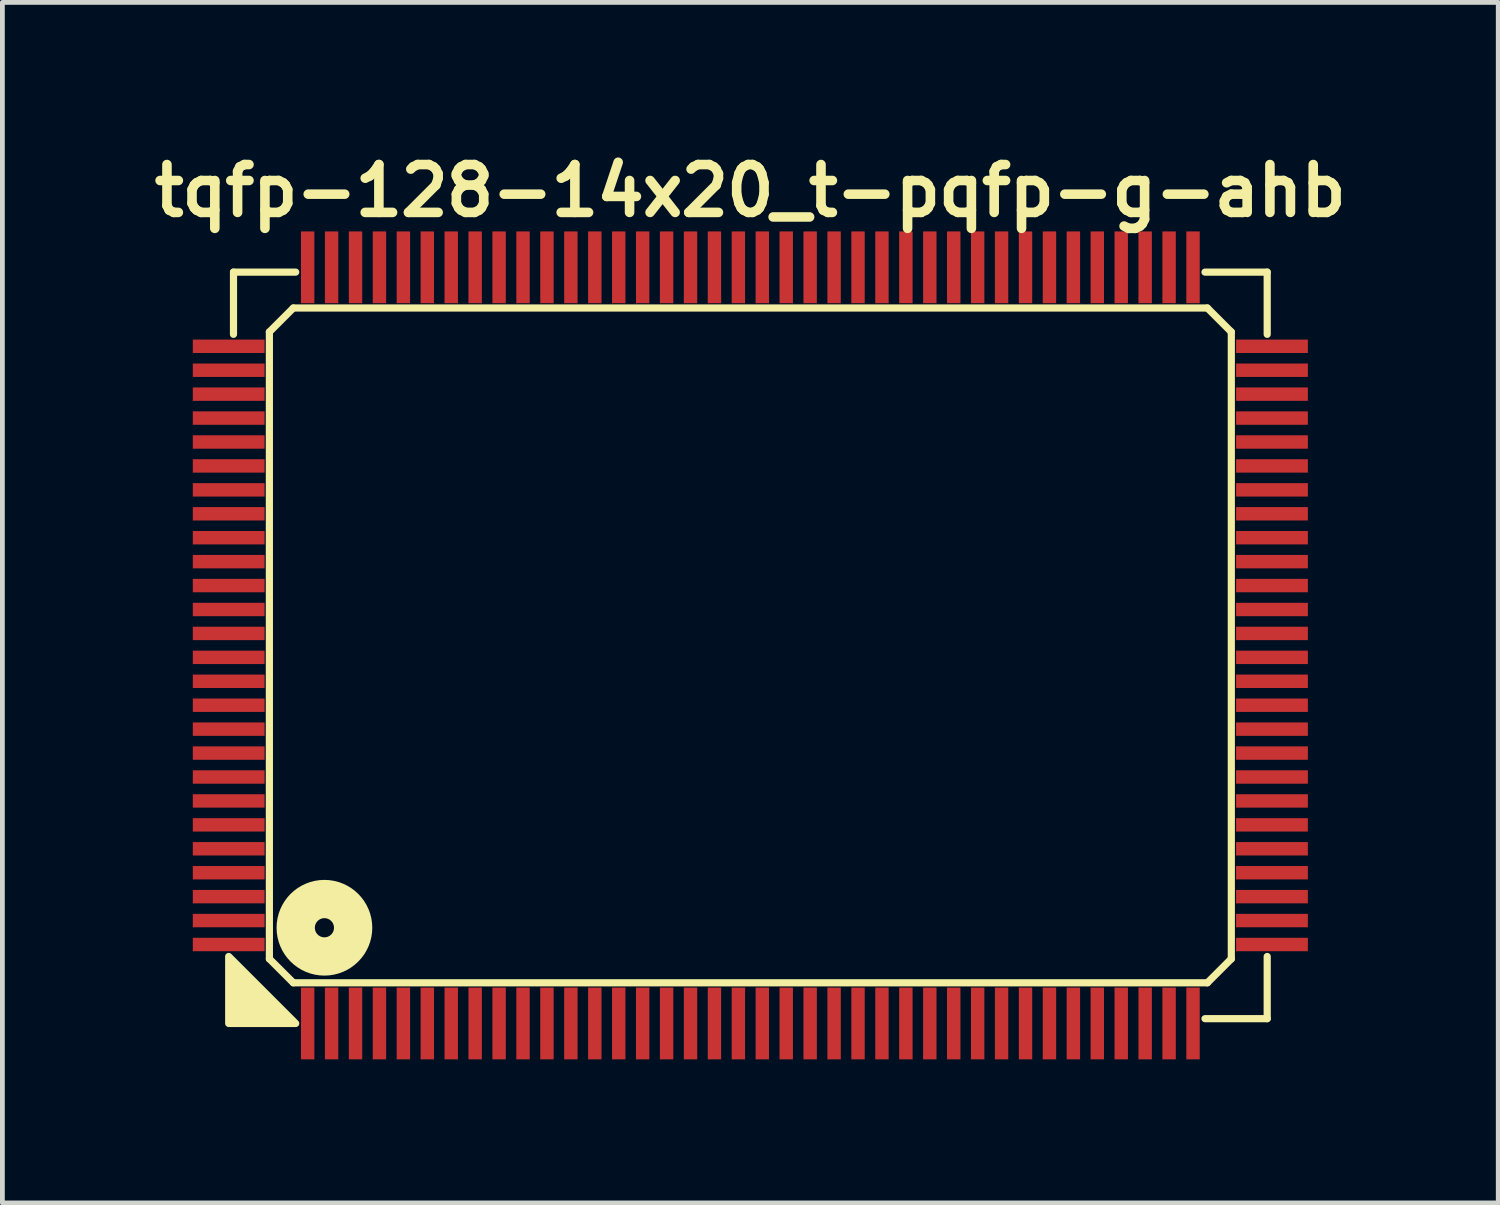
<source format=kicad_pcb>
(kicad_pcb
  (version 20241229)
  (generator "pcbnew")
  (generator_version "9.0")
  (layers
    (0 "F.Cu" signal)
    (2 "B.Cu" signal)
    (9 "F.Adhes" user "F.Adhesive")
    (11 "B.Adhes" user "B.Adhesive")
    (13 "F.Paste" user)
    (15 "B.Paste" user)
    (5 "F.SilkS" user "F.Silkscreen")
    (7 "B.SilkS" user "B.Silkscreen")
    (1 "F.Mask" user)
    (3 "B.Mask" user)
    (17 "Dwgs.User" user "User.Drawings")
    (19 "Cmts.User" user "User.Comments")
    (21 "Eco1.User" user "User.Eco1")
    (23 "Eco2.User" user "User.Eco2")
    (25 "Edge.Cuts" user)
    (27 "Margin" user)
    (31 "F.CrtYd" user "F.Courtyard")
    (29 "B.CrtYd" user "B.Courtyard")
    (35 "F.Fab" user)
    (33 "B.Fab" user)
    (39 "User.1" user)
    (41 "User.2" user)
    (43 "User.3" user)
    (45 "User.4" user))
  (footprint "tqfp-128-14x20_t-pqfp-g-ahb"
    (layer "F.Cu")
    (at 12.629 10.436)
    (property "Reference" "tqfp-128-14x20_t-pqfp-g-ahb" (at 0 -9.5 0) (layer "F.SilkS") (effects (font (size 1 1) (thickness 0.2))))
    (attr smd)
    (fp_line (start -10.8 -7.8) (end -9.5 -7.8) (stroke (width 0.15) (type solid)) (layer "F.SilkS"))
    (fp_line (start -10.8 -6.5) (end -10.8 -7.8) (stroke (width 0.15) (type solid)) (layer "F.SilkS"))
    (fp_line (start -10.05 -6.55) (end -9.55 -7.05) (stroke (width 0.15) (type solid)) (layer "F.SilkS"))
    (fp_line (start -10.05 6.55) (end -10.05 -6.55) (stroke (width 0.15) (type solid)) (layer "F.SilkS"))
    (fp_line (start -9.55 -7.05) (end 9.55 -7.05) (stroke (width 0.15) (type solid)) (layer "F.SilkS"))
    (fp_line (start -9.55 7.05) (end -10.05 6.55) (stroke (width 0.15) (type solid)) (layer "F.SilkS"))
    (fp_line (start 9.5 -7.8) (end 10.8 -7.8) (stroke (width 0.15) (type solid)) (layer "F.SilkS"))
    (fp_line (start 9.55 -7.05) (end 10.05 -6.55) (stroke (width 0.15) (type solid)) (layer "F.SilkS"))
    (fp_line (start 9.55 7.05) (end -9.55 7.05) (stroke (width 0.15) (type solid)) (layer "F.SilkS"))
    (fp_line (start 10.05 -6.55) (end 10.05 6.55) (stroke (width 0.15) (type solid)) (layer "F.SilkS"))
    (fp_line (start 10.05 6.55) (end 9.55 7.05) (stroke (width 0.15) (type solid)) (layer "F.SilkS"))
    (fp_line (start 10.8 -7.8) (end 10.8 -6.5) (stroke (width 0.15) (type solid)) (layer "F.SilkS"))
    (fp_line (start 10.8 6.5) (end 10.8 7.8) (stroke (width 0.15) (type solid)) (layer "F.SilkS"))
    (fp_line (start 10.8 7.8) (end 9.5 7.8) (stroke (width 0.15) (type solid)) (layer "F.SilkS"))
    (fp_circle (center -8.9 5.9) (end -8.7 5.9) (stroke (width 0.8) (type solid)) (fill no) (layer "F.SilkS"))
    (fp_poly (pts (xy -9.5 7.9) (xy -10.9 7.9) (xy -10.9 6.5)) (stroke (width 0.15) (type solid)) (fill yes) (layer "F.SilkS"))
    (pad "1" smd rect (at -9.25 7.9) (size 0.28 1.5) (layers "F.Cu" "F.Mask" "F.Paste"))
    (pad "2" smd rect (at -8.75 7.9) (size 0.28 1.5) (layers "F.Cu" "F.Mask" "F.Paste"))
    (pad "3" smd rect (at -8.25 7.9) (size 0.28 1.5) (layers "F.Cu" "F.Mask" "F.Paste"))
    (pad "4" smd rect (at -7.75 7.9) (size 0.28 1.5) (layers "F.Cu" "F.Mask" "F.Paste"))
    (pad "5" smd rect (at -7.25 7.9) (size 0.28 1.5) (layers "F.Cu" "F.Mask" "F.Paste"))
    (pad "6" smd rect (at -6.75 7.9) (size 0.28 1.5) (layers "F.Cu" "F.Mask" "F.Paste"))
    (pad "7" smd rect (at -6.25 7.9) (size 0.28 1.5) (layers "F.Cu" "F.Mask" "F.Paste"))
    (pad "8" smd rect (at -5.75 7.9) (size 0.28 1.5) (layers "F.Cu" "F.Mask" "F.Paste"))
    (pad "9" smd rect (at -5.25 7.9) (size 0.28 1.5) (layers "F.Cu" "F.Mask" "F.Paste"))
    (pad "10" smd rect (at -4.75 7.9) (size 0.28 1.5) (layers "F.Cu" "F.Mask" "F.Paste"))
    (pad "11" smd rect (at -4.25 7.9) (size 0.28 1.5) (layers "F.Cu" "F.Mask" "F.Paste"))
    (pad "12" smd rect (at -3.75 7.9) (size 0.28 1.5) (layers "F.Cu" "F.Mask" "F.Paste"))
    (pad "13" smd rect (at -3.25 7.9) (size 0.28 1.5) (layers "F.Cu" "F.Mask" "F.Paste"))
    (pad "14" smd rect (at -2.75 7.9) (size 0.28 1.5) (layers "F.Cu" "F.Mask" "F.Paste"))
    (pad "15" smd rect (at -2.25 7.9) (size 0.28 1.5) (layers "F.Cu" "F.Mask" "F.Paste"))
    (pad "16" smd rect (at -1.75 7.9) (size 0.28 1.5) (layers "F.Cu" "F.Mask" "F.Paste"))
    (pad "17" smd rect (at -1.25 7.9) (size 0.28 1.5) (layers "F.Cu" "F.Mask" "F.Paste"))
    (pad "18" smd rect (at -0.75 7.9) (size 0.28 1.5) (layers "F.Cu" "F.Mask" "F.Paste"))
    (pad "19" smd rect (at -0.25 7.9) (size 0.28 1.5) (layers "F.Cu" "F.Mask" "F.Paste"))
    (pad "20" smd rect (at 0.25 7.9) (size 0.28 1.5) (layers "F.Cu" "F.Mask" "F.Paste"))
    (pad "21" smd rect (at 0.75 7.9) (size 0.28 1.5) (layers "F.Cu" "F.Mask" "F.Paste"))
    (pad "22" smd rect (at 1.25 7.9) (size 0.28 1.5) (layers "F.Cu" "F.Mask" "F.Paste"))
    (pad "23" smd rect (at 1.75 7.9) (size 0.28 1.5) (layers "F.Cu" "F.Mask" "F.Paste"))
    (pad "24" smd rect (at 2.25 7.9) (size 0.28 1.5) (layers "F.Cu" "F.Mask" "F.Paste"))
    (pad "25" smd rect (at 2.75 7.9) (size 0.28 1.5) (layers "F.Cu" "F.Mask" "F.Paste"))
    (pad "26" smd rect (at 3.25 7.9) (size 0.28 1.5) (layers "F.Cu" "F.Mask" "F.Paste"))
    (pad "27" smd rect (at 3.75 7.9) (size 0.28 1.5) (layers "F.Cu" "F.Mask" "F.Paste"))
    (pad "28" smd rect (at 4.25 7.9) (size 0.28 1.5) (layers "F.Cu" "F.Mask" "F.Paste"))
    (pad "29" smd rect (at 4.75 7.9) (size 0.28 1.5) (layers "F.Cu" "F.Mask" "F.Paste"))
    (pad "30" smd rect (at 5.25 7.9) (size 0.28 1.5) (layers "F.Cu" "F.Mask" "F.Paste"))
    (pad "31" smd rect (at 5.75 7.9) (size 0.28 1.5) (layers "F.Cu" "F.Mask" "F.Paste"))
    (pad "32" smd rect (at 6.25 7.9) (size 0.28 1.5) (layers "F.Cu" "F.Mask" "F.Paste"))
    (pad "33" smd rect (at 6.75 7.9) (size 0.28 1.5) (layers "F.Cu" "F.Mask" "F.Paste"))
    (pad "34" smd rect (at 7.25 7.9) (size 0.28 1.5) (layers "F.Cu" "F.Mask" "F.Paste"))
    (pad "35" smd rect (at 7.75 7.9) (size 0.28 1.5) (layers "F.Cu" "F.Mask" "F.Paste"))
    (pad "36" smd rect (at 8.25 7.9) (size 0.28 1.5) (layers "F.Cu" "F.Mask" "F.Paste"))
    (pad "37" smd rect (at 8.75 7.9) (size 0.28 1.5) (layers "F.Cu" "F.Mask" "F.Paste"))
    (pad "38" smd rect (at 9.25 7.9) (size 0.28 1.5) (layers "F.Cu" "F.Mask" "F.Paste"))
    (pad "39" smd rect (at 10.9 6.25) (size 1.5 0.28) (layers "F.Cu" "F.Mask" "F.Paste"))
    (pad "40" smd rect (at 10.9 5.75) (size 1.5 0.28) (layers "F.Cu" "F.Mask" "F.Paste"))
    (pad "41" smd rect (at 10.9 5.25) (size 1.5 0.28) (layers "F.Cu" "F.Mask" "F.Paste"))
    (pad "42" smd rect (at 10.9 4.75) (size 1.5 0.28) (layers "F.Cu" "F.Mask" "F.Paste"))
    (pad "43" smd rect (at 10.9 4.25) (size 1.5 0.28) (layers "F.Cu" "F.Mask" "F.Paste"))
    (pad "44" smd rect (at 10.9 3.75) (size 1.5 0.28) (layers "F.Cu" "F.Mask" "F.Paste"))
    (pad "45" smd rect (at 10.9 3.25) (size 1.5 0.28) (layers "F.Cu" "F.Mask" "F.Paste"))
    (pad "46" smd rect (at 10.9 2.75) (size 1.5 0.28) (layers "F.Cu" "F.Mask" "F.Paste"))
    (pad "47" smd rect (at 10.9 2.25) (size 1.5 0.28) (layers "F.Cu" "F.Mask" "F.Paste"))
    (pad "48" smd rect (at 10.9 1.75) (size 1.5 0.28) (layers "F.Cu" "F.Mask" "F.Paste"))
    (pad "49" smd rect (at 10.9 1.25) (size 1.5 0.28) (layers "F.Cu" "F.Mask" "F.Paste"))
    (pad "50" smd rect (at 10.9 0.75) (size 1.5 0.28) (layers "F.Cu" "F.Mask" "F.Paste"))
    (pad "51" smd rect (at 10.9 0.25) (size 1.5 0.28) (layers "F.Cu" "F.Mask" "F.Paste"))
    (pad "52" smd rect (at 10.9 -0.25) (size 1.5 0.28) (layers "F.Cu" "F.Mask" "F.Paste"))
    (pad "53" smd rect (at 10.9 -0.75) (size 1.5 0.28) (layers "F.Cu" "F.Mask" "F.Paste"))
    (pad "54" smd rect (at 10.9 -1.25) (size 1.5 0.28) (layers "F.Cu" "F.Mask" "F.Paste"))
    (pad "55" smd rect (at 10.9 -1.75) (size 1.5 0.28) (layers "F.Cu" "F.Mask" "F.Paste"))
    (pad "56" smd rect (at 10.9 -2.25) (size 1.5 0.28) (layers "F.Cu" "F.Mask" "F.Paste"))
    (pad "57" smd rect (at 10.9 -2.75) (size 1.5 0.28) (layers "F.Cu" "F.Mask" "F.Paste"))
    (pad "58" smd rect (at 10.9 -3.25) (size 1.5 0.28) (layers "F.Cu" "F.Mask" "F.Paste"))
    (pad "59" smd rect (at 10.9 -3.75) (size 1.5 0.28) (layers "F.Cu" "F.Mask" "F.Paste"))
    (pad "60" smd rect (at 10.9 -4.25) (size 1.5 0.28) (layers "F.Cu" "F.Mask" "F.Paste"))
    (pad "61" smd rect (at 10.9 -4.75) (size 1.5 0.28) (layers "F.Cu" "F.Mask" "F.Paste"))
    (pad "62" smd rect (at 10.9 -5.25) (size 1.5 0.28) (layers "F.Cu" "F.Mask" "F.Paste"))
    (pad "63" smd rect (at 10.9 -5.75) (size 1.5 0.28) (layers "F.Cu" "F.Mask" "F.Paste"))
    (pad "64" smd rect (at 10.9 -6.25) (size 1.5 0.28) (layers "F.Cu" "F.Mask" "F.Paste"))
    (pad "65" smd rect (at 9.25 -7.9) (size 0.28 1.5) (layers "F.Cu" "F.Mask" "F.Paste"))
    (pad "66" smd rect (at 8.75 -7.9) (size 0.28 1.5) (layers "F.Cu" "F.Mask" "F.Paste"))
    (pad "67" smd rect (at 8.25 -7.9) (size 0.28 1.5) (layers "F.Cu" "F.Mask" "F.Paste"))
    (pad "68" smd rect (at 7.75 -7.9) (size 0.28 1.5) (layers "F.Cu" "F.Mask" "F.Paste"))
    (pad "69" smd rect (at 7.25 -7.9) (size 0.28 1.5) (layers "F.Cu" "F.Mask" "F.Paste"))
    (pad "70" smd rect (at 6.75 -7.9) (size 0.28 1.5) (layers "F.Cu" "F.Mask" "F.Paste"))
    (pad "71" smd rect (at 6.25 -7.9) (size 0.28 1.5) (layers "F.Cu" "F.Mask" "F.Paste"))
    (pad "72" smd rect (at 5.75 -7.9) (size 0.28 1.5) (layers "F.Cu" "F.Mask" "F.Paste"))
    (pad "73" smd rect (at 5.25 -7.9) (size 0.28 1.5) (layers "F.Cu" "F.Mask" "F.Paste"))
    (pad "74" smd rect (at 4.75 -7.9) (size 0.28 1.5) (layers "F.Cu" "F.Mask" "F.Paste"))
    (pad "75" smd rect (at 4.25 -7.9) (size 0.28 1.5) (layers "F.Cu" "F.Mask" "F.Paste"))
    (pad "76" smd rect (at 3.75 -7.9) (size 0.28 1.5) (layers "F.Cu" "F.Mask" "F.Paste"))
    (pad "77" smd rect (at 3.25 -7.9) (size 0.28 1.5) (layers "F.Cu" "F.Mask" "F.Paste"))
    (pad "78" smd rect (at 2.75 -7.9) (size 0.28 1.5) (layers "F.Cu" "F.Mask" "F.Paste"))
    (pad "79" smd rect (at 2.25 -7.9) (size 0.28 1.5) (layers "F.Cu" "F.Mask" "F.Paste"))
    (pad "80" smd rect (at 1.75 -7.9) (size 0.28 1.5) (layers "F.Cu" "F.Mask" "F.Paste"))
    (pad "81" smd rect (at 1.25 -7.9) (size 0.28 1.5) (layers "F.Cu" "F.Mask" "F.Paste"))
    (pad "82" smd rect (at 0.75 -7.9) (size 0.28 1.5) (layers "F.Cu" "F.Mask" "F.Paste"))
    (pad "83" smd rect (at 0.25 -7.9) (size 0.28 1.5) (layers "F.Cu" "F.Mask" "F.Paste"))
    (pad "84" smd rect (at -0.25 -7.9) (size 0.28 1.5) (layers "F.Cu" "F.Mask" "F.Paste"))
    (pad "85" smd rect (at -0.75 -7.9) (size 0.28 1.5) (layers "F.Cu" "F.Mask" "F.Paste"))
    (pad "86" smd rect (at -1.25 -7.9) (size 0.28 1.5) (layers "F.Cu" "F.Mask" "F.Paste"))
    (pad "87" smd rect (at -1.75 -7.9) (size 0.28 1.5) (layers "F.Cu" "F.Mask" "F.Paste"))
    (pad "88" smd rect (at -2.25 -7.9) (size 0.28 1.5) (layers "F.Cu" "F.Mask" "F.Paste"))
    (pad "89" smd rect (at -2.75 -7.9) (size 0.28 1.5) (layers "F.Cu" "F.Mask" "F.Paste"))
    (pad "90" smd rect (at -3.25 -7.9) (size 0.28 1.5) (layers "F.Cu" "F.Mask" "F.Paste"))
    (pad "91" smd rect (at -3.75 -7.9) (size 0.28 1.5) (layers "F.Cu" "F.Mask" "F.Paste"))
    (pad "92" smd rect (at -4.25 -7.9) (size 0.28 1.5) (layers "F.Cu" "F.Mask" "F.Paste"))
    (pad "93" smd rect (at -4.75 -7.9) (size 0.28 1.5) (layers "F.Cu" "F.Mask" "F.Paste"))
    (pad "94" smd rect (at -5.25 -7.9) (size 0.28 1.5) (layers "F.Cu" "F.Mask" "F.Paste"))
    (pad "95" smd rect (at -5.75 -7.9) (size 0.28 1.5) (layers "F.Cu" "F.Mask" "F.Paste"))
    (pad "96" smd rect (at -6.25 -7.9) (size 0.28 1.5) (layers "F.Cu" "F.Mask" "F.Paste"))
    (pad "97" smd rect (at -6.75 -7.9) (size 0.28 1.5) (layers "F.Cu" "F.Mask" "F.Paste"))
    (pad "98" smd rect (at -7.25 -7.9) (size 0.28 1.5) (layers "F.Cu" "F.Mask" "F.Paste"))
    (pad "99" smd rect (at -7.75 -7.9) (size 0.28 1.5) (layers "F.Cu" "F.Mask" "F.Paste"))
    (pad "100" smd rect (at -8.25 -7.9) (size 0.28 1.5) (layers "F.Cu" "F.Mask" "F.Paste"))
    (pad "101" smd rect (at -8.75 -7.9) (size 0.28 1.5) (layers "F.Cu" "F.Mask" "F.Paste"))
    (pad "102" smd rect (at -9.25 -7.9) (size 0.28 1.5) (layers "F.Cu" "F.Mask" "F.Paste"))
    (pad "103" smd rect (at -10.9 -6.25) (size 1.5 0.28) (layers "F.Cu" "F.Mask" "F.Paste"))
    (pad "104" smd rect (at -10.9 -5.75) (size 1.5 0.28) (layers "F.Cu" "F.Mask" "F.Paste"))
    (pad "105" smd rect (at -10.9 -5.25) (size 1.5 0.28) (layers "F.Cu" "F.Mask" "F.Paste"))
    (pad "106" smd rect (at -10.9 -4.75) (size 1.5 0.28) (layers "F.Cu" "F.Mask" "F.Paste"))
    (pad "107" smd rect (at -10.9 -4.25) (size 1.5 0.28) (layers "F.Cu" "F.Mask" "F.Paste"))
    (pad "108" smd rect (at -10.9 -3.75) (size 1.5 0.28) (layers "F.Cu" "F.Mask" "F.Paste"))
    (pad "109" smd rect (at -10.9 -3.25) (size 1.5 0.28) (layers "F.Cu" "F.Mask" "F.Paste"))
    (pad "110" smd rect (at -10.9 -2.75) (size 1.5 0.28) (layers "F.Cu" "F.Mask" "F.Paste"))
    (pad "111" smd rect (at -10.9 -2.25) (size 1.5 0.28) (layers "F.Cu" "F.Mask" "F.Paste"))
    (pad "112" smd rect (at -10.9 -1.75) (size 1.5 0.28) (layers "F.Cu" "F.Mask" "F.Paste"))
    (pad "113" smd rect (at -10.9 -1.25) (size 1.5 0.28) (layers "F.Cu" "F.Mask" "F.Paste"))
    (pad "114" smd rect (at -10.9 -0.75) (size 1.5 0.28) (layers "F.Cu" "F.Mask" "F.Paste"))
    (pad "115" smd rect (at -10.9 -0.25) (size 1.5 0.28) (layers "F.Cu" "F.Mask" "F.Paste"))
    (pad "116" smd rect (at -10.9 0.25) (size 1.5 0.28) (layers "F.Cu" "F.Mask" "F.Paste"))
    (pad "117" smd rect (at -10.9 0.75) (size 1.5 0.28) (layers "F.Cu" "F.Mask" "F.Paste"))
    (pad "118" smd rect (at -10.9 1.25) (size 1.5 0.28) (layers "F.Cu" "F.Mask" "F.Paste"))
    (pad "119" smd rect (at -10.9 1.75) (size 1.5 0.28) (layers "F.Cu" "F.Mask" "F.Paste"))
    (pad "120" smd rect (at -10.9 2.25) (size 1.5 0.28) (layers "F.Cu" "F.Mask" "F.Paste"))
    (pad "121" smd rect (at -10.9 2.75) (size 1.5 0.28) (layers "F.Cu" "F.Mask" "F.Paste"))
    (pad "122" smd rect (at -10.9 3.25) (size 1.5 0.28) (layers "F.Cu" "F.Mask" "F.Paste"))
    (pad "123" smd rect (at -10.9 3.75) (size 1.5 0.28) (layers "F.Cu" "F.Mask" "F.Paste"))
    (pad "124" smd rect (at -10.9 4.25) (size 1.5 0.28) (layers "F.Cu" "F.Mask" "F.Paste"))
    (pad "125" smd rect (at -10.9 4.75) (size 1.5 0.28) (layers "F.Cu" "F.Mask" "F.Paste"))
    (pad "126" smd rect (at -10.9 5.25) (size 1.5 0.28) (layers "F.Cu" "F.Mask" "F.Paste"))
    (pad "127" smd rect (at -10.9 5.75) (size 1.5 0.28) (layers "F.Cu" "F.Mask" "F.Paste"))
    (pad "128" smd rect (at -10.9 6.25) (size 1.5 0.28) (layers "F.Cu" "F.Mask" "F.Paste")))
  (gr_rect
    (start -3 -3)
    (end 28.257 22.086)
    (stroke (width 0.1) (type default))
    (fill no)
    (layer "Edge.Cuts")))
</source>
